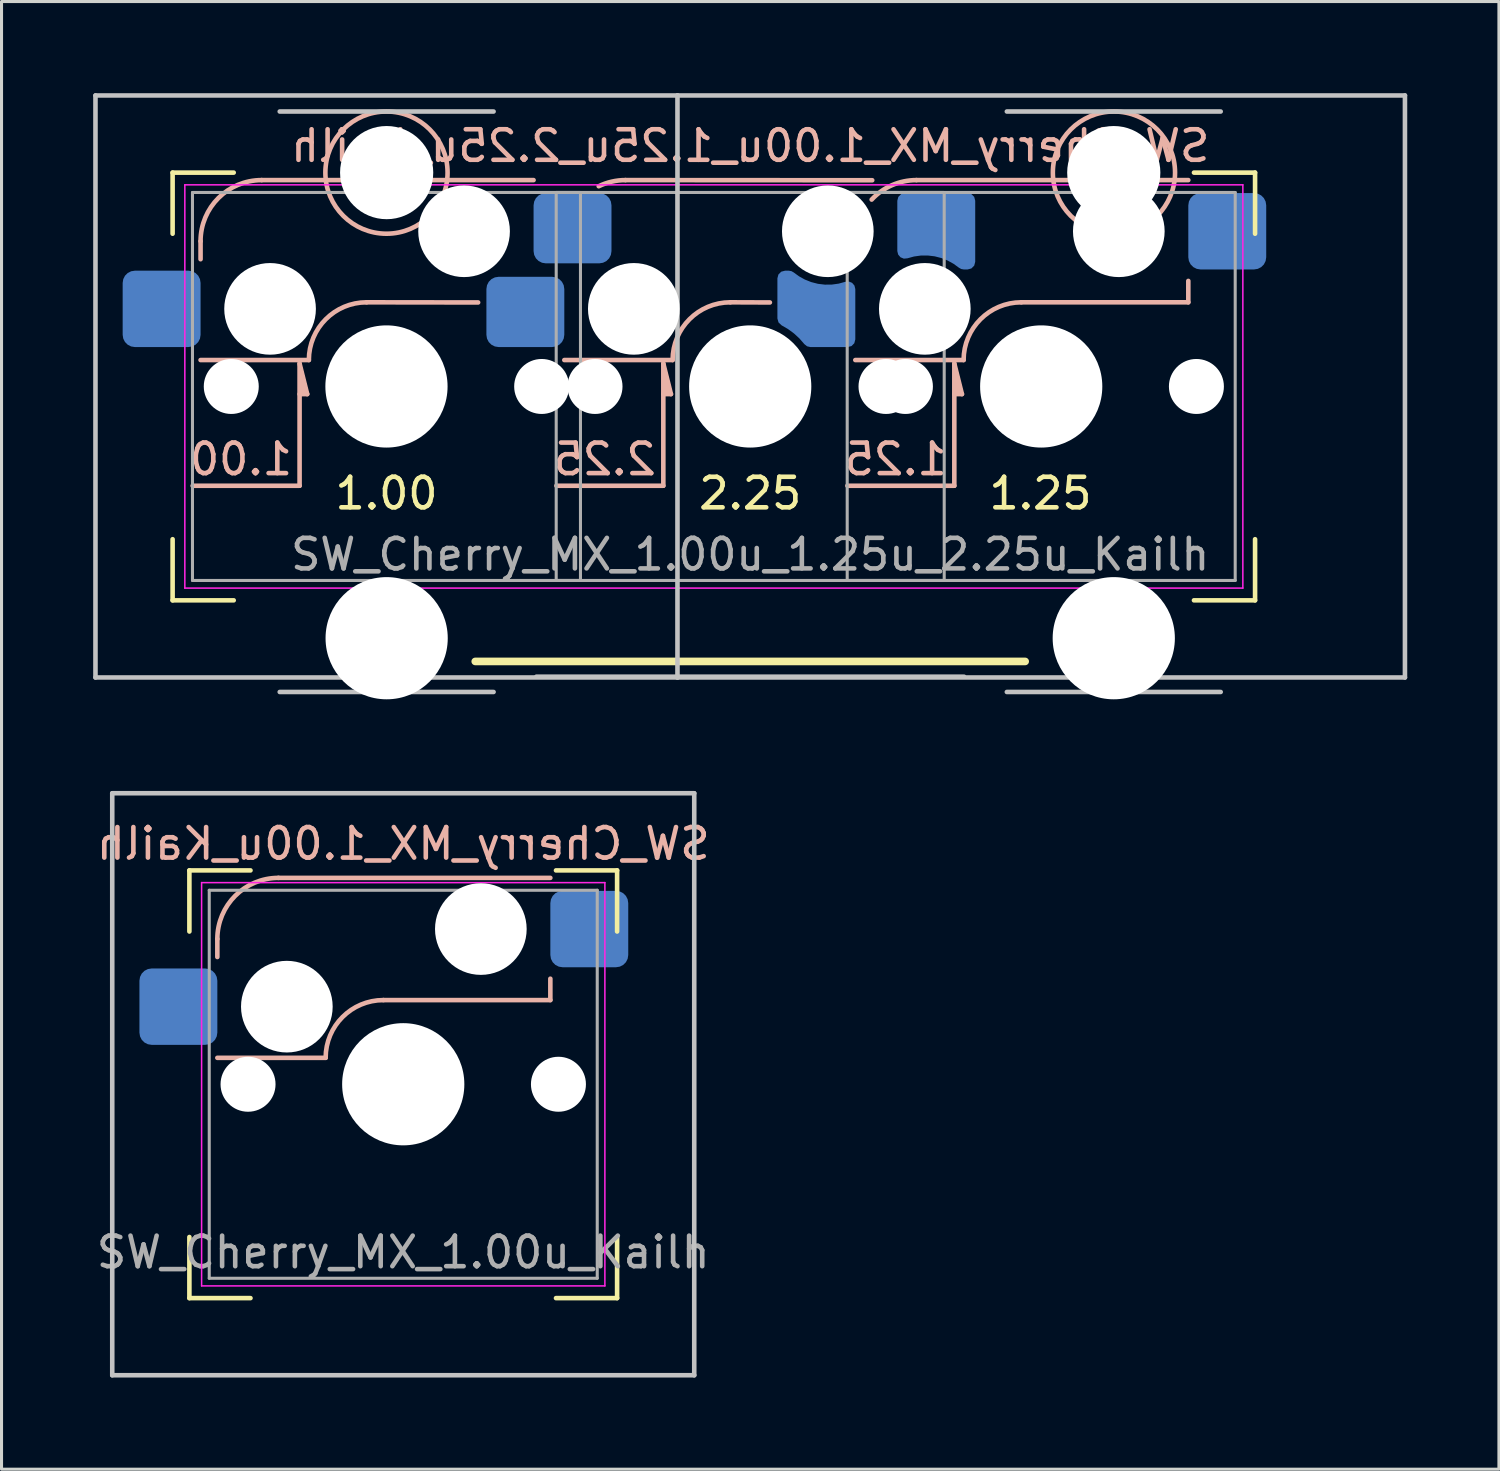
<source format=kicad_pcb>
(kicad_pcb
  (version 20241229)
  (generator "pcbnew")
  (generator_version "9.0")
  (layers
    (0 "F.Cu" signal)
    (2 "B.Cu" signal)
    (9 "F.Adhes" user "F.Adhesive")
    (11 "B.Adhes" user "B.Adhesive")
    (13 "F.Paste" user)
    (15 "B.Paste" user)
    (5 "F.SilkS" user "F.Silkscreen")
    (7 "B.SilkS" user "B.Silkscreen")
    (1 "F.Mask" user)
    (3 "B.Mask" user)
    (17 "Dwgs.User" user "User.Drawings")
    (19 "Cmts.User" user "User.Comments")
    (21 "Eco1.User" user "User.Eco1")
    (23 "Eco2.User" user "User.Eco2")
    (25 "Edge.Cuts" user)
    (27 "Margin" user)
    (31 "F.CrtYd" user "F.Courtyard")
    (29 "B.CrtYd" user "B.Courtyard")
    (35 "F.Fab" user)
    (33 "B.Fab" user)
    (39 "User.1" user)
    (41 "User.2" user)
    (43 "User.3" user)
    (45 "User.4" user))
  (footprint "SW_Cherry_MX_1.00u_1.25u_2.25u_Kailh"
    (layer "F.Cu")
    (at 21.506 9.6)
    (property "Reference" "SW_Cherry_MX_1.00u_1.25u_2.25u_Kailh" (at 0 -7.874 0) (layer "B.SilkS") (effects (font (size 1 1) (thickness 0.15)) (justify mirror)))
    (attr through_hole)
    (fp_line (start -18.906 -7) (end -18.906 -5) (stroke (width 0.15) (type solid)) (layer "F.SilkS"))
    (fp_line (start -18.906 5) (end -18.906 7) (stroke (width 0.15) (type solid)) (layer "F.SilkS"))
    (fp_line (start -18.906 7) (end -16.906 7) (stroke (width 0.15) (type solid)) (layer "F.SilkS"))
    (fp_line (start -16.906 -7) (end -18.906 -7) (stroke (width 0.15) (type solid)) (layer "F.SilkS"))
    (fp_line (start 9 9) (end -9 9) (stroke (width 0.25) (type solid)) (layer "F.SilkS"))
    (fp_line (start 14.525 7) (end 16.525 7) (stroke (width 0.15) (type solid)) (layer "F.SilkS"))
    (fp_line (start 16.525 -7) (end 14.525 -7) (stroke (width 0.15) (type solid)) (layer "F.SilkS"))
    (fp_line (start 16.525 -5) (end 16.525 -7) (stroke (width 0.15) (type solid)) (layer "F.SilkS"))
    (fp_line (start 16.525 7) (end 16.525 5) (stroke (width 0.15) (type solid)) (layer "F.SilkS"))
    (fp_line (start -18.25 3.25) (end -14.75 3.25) (stroke (width 0.15) (type solid)) (layer "B.SilkS"))
    (fp_line (start -17.991 -4.165) (end -17.991 -4.755) (stroke (width 0.15) (type solid)) (layer "B.SilkS"))
    (fp_line (start -15.991 -6.755) (end -7.091 -6.755) (stroke (width 0.15) (type solid)) (layer "B.SilkS"))
    (fp_line (start -14.75 -0.75) (end -14.5 0.25) (stroke (width 0.15) (type solid)) (layer "B.SilkS"))
    (fp_line (start -14.75 3.25) (end -14.75 -0.75) (stroke (width 0.15) (type solid)) (layer "B.SilkS"))
    (fp_line (start -14.5 0.25) (end -14.75 0.25) (stroke (width 0.15) (type solid)) (layer "B.SilkS"))
    (fp_line (start -14.446 -0.865) (end -17.991 -0.865) (stroke (width 0.15) (type solid)) (layer "B.SilkS"))
    (fp_line (start -12.556 -2.755) (end -8.906 -2.75) (stroke (width 0.15) (type solid)) (layer "B.SilkS"))
    (fp_line (start -6.344 3.25) (end -2.844 3.25) (stroke (width 0.15) (type solid)) (layer "B.SilkS"))
    (fp_line (start -4.085 -6.755) (end 3.994 -6.75) (stroke (width 0.15) (type solid)) (layer "B.SilkS"))
    (fp_line (start -2.844 -0.75) (end -2.594 0.25) (stroke (width 0.15) (type solid)) (layer "B.SilkS"))
    (fp_line (start -2.844 3.25) (end -2.844 -0.75) (stroke (width 0.15) (type solid)) (layer "B.SilkS"))
    (fp_line (start -2.594 0.25) (end -2.844 0.25) (stroke (width 0.15) (type solid)) (layer "B.SilkS"))
    (fp_line (start -2.54 -0.865) (end -6.085 -0.865) (stroke (width 0.15) (type solid)) (layer "B.SilkS"))
    (fp_line (start -0.65 -2.755) (end 0.644 -2.75) (stroke (width 0.15) (type solid)) (layer "B.SilkS"))
    (fp_line (start 3.181 3.25) (end 6.681 3.25) (stroke (width 0.15) (type solid)) (layer "B.SilkS"))
    (fp_line (start 5.44 -6.755) (end 14.34 -6.755) (stroke (width 0.15) (type solid)) (layer "B.SilkS"))
    (fp_line (start 6.681 -0.75) (end 6.931 0.25) (stroke (width 0.15) (type solid)) (layer "B.SilkS"))
    (fp_line (start 6.681 3.25) (end 6.681 -0.75) (stroke (width 0.15) (type solid)) (layer "B.SilkS"))
    (fp_line (start 6.931 0.25) (end 6.681 0.25) (stroke (width 0.15) (type solid)) (layer "B.SilkS"))
    (fp_line (start 6.985 -0.865) (end 3.44 -0.865) (stroke (width 0.15) (type solid)) (layer "B.SilkS"))
    (fp_line (start 8.875 -2.755) (end 14.34 -2.755) (stroke (width 0.15) (type solid)) (layer "B.SilkS"))
    (fp_line (start 14.34 -2.755) (end 14.34 -3.455) (stroke (width 0.15) (type solid)) (layer "B.SilkS"))
    (fp_arc (start -17.99125 -4.755) (mid -17.405464 -6.169214) (end -15.99125 -6.755) (stroke (width 0.15) (type solid)) (layer "B.SilkS"))
    (fp_arc (start -14.44625 -0.865) (mid -13.892682 -2.201432) (end -12.55625 -2.755) (stroke (width 0.15) (type solid)) (layer "B.SilkS"))
    (fp_arc (start -4.958315 -6.554255) (mid -4.533045 -6.704167) (end -4.085 -6.755) (stroke (width 0.15) (type solid)) (layer "B.SilkS"))
    (fp_arc (start -2.54 -0.865) (mid -1.986432 -2.201432) (end -0.65 -2.755) (stroke (width 0.15) (type solid)) (layer "B.SilkS"))
    (fp_arc (start 3.97545 -6.117018) (mid 4.641262 -6.588581) (end 5.44 -6.755) (stroke (width 0.15) (type solid)) (layer "B.SilkS"))
    (fp_arc (start 6.985 -0.865) (mid 7.538568 -2.201432) (end 8.875 -2.755) (stroke (width 0.15) (type solid)) (layer "B.SilkS"))
    (fp_circle (center -11.906 -7) (end -9.906 -7) (stroke (width 0.15) (type solid)) (fill no) (layer "B.SilkS"))
    (fp_circle (center 11.906 -7) (end 13.906 -7) (stroke (width 0.15) (type solid)) (fill no) (layer "B.SilkS"))
    (fp_poly (pts (xy -14.5 0.25) (xy -14.75 0.25) (xy -14.75 -0.75)) (stroke (width 0.1) (type solid)) (fill yes) (layer "B.SilkS"))
    (fp_poly (pts (xy -2.594 0.25) (xy -2.844 0.25) (xy -2.844 -0.75)) (stroke (width 0.1) (type solid)) (fill yes) (layer "B.SilkS"))
    (fp_poly (pts (xy 6.931 0.25) (xy 6.681 0.25) (xy 6.681 -0.75)) (stroke (width 0.1) (type solid)) (fill yes) (layer "B.SilkS"))
    (fp_line (start -21.431 -9.525) (end -2.381 -9.525) (stroke (width 0.15) (type solid)) (layer "Dwgs.User"))
    (fp_line (start -21.431 9.525) (end -21.431 -9.525) (stroke (width 0.15) (type solid)) (layer "Dwgs.User"))
    (fp_line (start -8.4 -9) (end -15.4 -9) (stroke (width 0.15) (type solid)) (layer "Dwgs.User"))
    (fp_line (start -8.4 10) (end -15.4 10) (stroke (width 0.15) (type solid)) (layer "Dwgs.User"))
    (fp_line (start -7 9.5) (end 7 9.5) (stroke (width 0.15) (type solid)) (layer "Dwgs.User"))
    (fp_line (start -2.381 -9.525) (end -2.381 9.525) (stroke (width 0.15) (type solid)) (layer "Dwgs.User"))
    (fp_line (start -2.381 -9.525) (end 21.431 -9.525) (stroke (width 0.15) (type solid)) (layer "Dwgs.User"))
    (fp_line (start -2.381 9.525) (end -21.431 9.525) (stroke (width 0.15) (type solid)) (layer "Dwgs.User"))
    (fp_line (start 15.4 -9) (end 8.4 -9) (stroke (width 0.15) (type solid)) (layer "Dwgs.User"))
    (fp_line (start 15.4 10) (end 8.4 10) (stroke (width 0.15) (type solid)) (layer "Dwgs.User"))
    (fp_line (start 21.431 -9.525) (end 21.431 9.525) (stroke (width 0.15) (type solid)) (layer "Dwgs.User"))
    (fp_line (start 21.431 9.525) (end -2.381 9.525) (stroke (width 0.15) (type solid)) (layer "Dwgs.User"))
    (fp_line (start -18.506 -6.6) (end 16.125 -6.6) (stroke (width 0.05) (type solid)) (layer "F.CrtYd"))
    (fp_line (start -18.506 6.6) (end -18.506 -6.6) (stroke (width 0.05) (type solid)) (layer "F.CrtYd"))
    (fp_line (start 16.125 -6.6) (end 16.125 6.6) (stroke (width 0.05) (type solid)) (layer "F.CrtYd"))
    (fp_line (start 16.125 6.6) (end -18.506 6.6) (stroke (width 0.05) (type solid)) (layer "F.CrtYd"))
    (fp_line (start -18.256 -6.35) (end -5.556 -6.35) (stroke (width 0.1) (type solid)) (layer "F.Fab"))
    (fp_line (start -18.256 6.35) (end -18.256 -6.35) (stroke (width 0.1) (type solid)) (layer "F.Fab"))
    (fp_line (start -6.35 -6.35) (end 6.35 -6.35) (stroke (width 0.1) (type solid)) (layer "F.Fab"))
    (fp_line (start -6.35 6.35) (end -6.35 -6.35) (stroke (width 0.1) (type solid)) (layer "F.Fab"))
    (fp_line (start -5.556 -6.35) (end -5.556 6.35) (stroke (width 0.1) (type solid)) (layer "F.Fab"))
    (fp_line (start -5.556 6.35) (end -18.256 6.35) (stroke (width 0.1) (type solid)) (layer "F.Fab"))
    (fp_line (start 3.175 -6.35) (end 15.875 -6.35) (stroke (width 0.1) (type solid)) (layer "F.Fab"))
    (fp_line (start 3.175 6.35) (end 3.175 -6.35) (stroke (width 0.1) (type solid)) (layer "F.Fab"))
    (fp_line (start 6.35 -6.35) (end 6.35 6.35) (stroke (width 0.1) (type solid)) (layer "F.Fab"))
    (fp_line (start 6.35 6.35) (end -6.35 6.35) (stroke (width 0.1) (type solid)) (layer "F.Fab"))
    (fp_line (start 15.875 -6.35) (end 15.875 6.35) (stroke (width 0.1) (type solid)) (layer "F.Fab"))
    (fp_line (start 15.875 6.35) (end 3.175 6.35) (stroke (width 0.1) (type solid)) (layer "F.Fab"))
    (fp_text user "1.00" (at -11.906 3.5 0) (layer "F.SilkS") (effects (font (size 1 1) (thickness 0.15))))
    (fp_text user "1.25" (at 9.5 3.5 0) (layer "F.SilkS") (effects (font (size 1 1) (thickness 0.15))))
    (fp_text user "2.25" (at 0 3.5 0) (layer "F.SilkS") (effects (font (size 1 1) (thickness 0.15))))
    (fp_text user "2.25" (at -4.763 2.381 0) (layer "B.SilkS") (effects (font (size 1 1) (thickness 0.15)) (justify mirror)))
    (fp_text user "1.00" (at -16.669 2.381 0) (layer "B.SilkS") (effects (font (size 1 1) (thickness 0.15)) (justify mirror)))
    (fp_text user "1.25" (at 4.763 2.381 0) (layer "B.SilkS") (effects (font (size 1 1) (thickness 0.15)) (justify mirror)))
    (fp_text user "${REFERENCE}" (at 0 5.5 0) (layer "F.Fab") (effects (font (size 1 1) (thickness 0.15))))
    (pad "" np_thru_hole circle (at -16.986 0) (size 1.8 1.8) (drill 1.8) (layers "*.Cu" "*.Mask"))
    (pad "" np_thru_hole circle (at -15.716 -2.54) (size 3 3) (drill 3) (layers "*.Cu" "*.Mask"))
    (pad "" np_thru_hole circle (at -11.906 0) (size 4 4) (drill 4) (layers "*.Cu" "*.Mask"))
    (pad "" np_thru_hole circle (at -11.9 -7 180) (size 3.05 3.05) (drill 3.05) (layers "*.Cu" "*.Mask"))
    (pad "" np_thru_hole circle (at -11.9 8.24 180) (size 4 4) (drill 4) (layers "*.Cu" "*.Mask"))
    (pad "" np_thru_hole circle (at -9.366 -5.08) (size 3 3) (drill 3) (layers "*.Cu" "*.Mask"))
    (pad "" np_thru_hole circle (at -6.826 0) (size 1.8 1.8) (drill 1.8) (layers "*.Cu" "*.Mask"))
    (pad "" np_thru_hole circle (at -5.08 0) (size 1.8 1.8) (drill 1.8) (layers "*.Cu" "*.Mask"))
    (pad "" np_thru_hole circle (at -3.81 -2.54) (size 3 3) (drill 3) (layers "*.Cu" "*.Mask"))
    (pad "" np_thru_hole circle (at 0 0) (size 4 4) (drill 4) (layers "*.Cu" "*.Mask"))
    (pad "" np_thru_hole circle (at 2.54 -5.08) (size 3 3) (drill 3) (layers "*.Cu" "*.Mask"))
    (pad "" np_thru_hole circle (at 4.445 0) (size 1.8 1.8) (drill 1.8) (layers "*.Cu" "*.Mask"))
    (pad "" np_thru_hole circle (at 5.08 0) (size 1.8 1.8) (drill 1.8) (layers "*.Cu" "*.Mask"))
    (pad "" np_thru_hole circle (at 5.715 -2.54) (size 3 3) (drill 3) (layers "*.Cu" "*.Mask"))
    (pad "" np_thru_hole circle (at 9.525 0) (size 4 4) (drill 4) (layers "*.Cu" "*.Mask"))
    (pad "" np_thru_hole circle (at 11.9 -7 180) (size 3.05 3.05) (drill 3.05) (layers "*.Cu" "*.Mask"))
    (pad "" np_thru_hole circle (at 11.9 8.24 180) (size 4 4) (drill 4) (layers "*.Cu" "*.Mask"))
    (pad "" np_thru_hole circle (at 12.065 -5.08) (size 3 3) (drill 3) (layers "*.Cu" "*.Mask"))
    (pad "" np_thru_hole circle (at 14.605 0) (size 1.8 1.8) (drill 1.8) (layers "*.Cu" "*.Mask"))
    (pad "1" smd roundrect (at -19.266 -2.54) (size 2.55 2.5) (layers "B.Cu" "B.Mask" "B.Paste") (roundrect_rratio 0.16))
    (pad "1" smd custom (at 6.09 -5.08) (size 1.5 1.5) (layers "B.Cu" "B.Mask" "B.Paste") (options (anchor rect)) (primitives (gr_poly (pts (xy -1.275 0.649) (xy -1.247 0.763) (xy -1.17 0.852) (xy -1.061 0.896) (xy -0.944 0.885) (xy -0.73 0.826) (xy -0.507 0.795) (xy -0.279 0.793) (xy -0.052 0.82) (xy 0.169 0.877) (xy 0.377 0.96) (xy 0.569 1.067) (xy 0.742 1.193) (xy 0.816 1.235) (xy 0.901 1.25) (xy 1.025 1.25) (xy 1.15 1.217) (xy 1.242 1.125) (xy 1.275 1) (xy 1.275 -1) (xy 1.242 -1.125) (xy 1.15 -1.217) (xy 1.025 -1.25) (xy -1.025 -1.25) (xy -1.15 -1.217) (xy -1.242 -1.125) (xy -1.275 -1)) (width 0) (fill yes))))
    (pad "2" smd roundrect (at -7.36 -2.44) (size 2.55 2.3) (layers "B.Cu" "B.Mask" "B.Paste") (roundrect_rratio 0.174))
    (pad "2" smd roundrect (at -5.816 -5.18) (size 2.55 2.3) (layers "B.Cu" "B.Mask" "B.Paste") (roundrect_rratio 0.174))
    (pad "3" smd custom (at 2.165 -2.54) (size 1.5 1.5) (layers "B.Cu" "B.Mask" "B.Paste") (options (anchor rect)) (primitives (gr_poly (pts (xy -1.275 0.315) (xy -1.238 0.445) (xy -1.139 0.538) (xy -0.929 0.66) (xy -0.732 0.805) (xy -0.552 0.971) (xy -0.393 1.154) (xy -0.305 1.225) (xy -0.196 1.25) (xy 1.025 1.25) (xy 1.15 1.217) (xy 1.242 1.125) (xy 1.275 1) (xy 1.275 -0.649) (xy 1.247 -0.763) (xy 1.17 -0.852) (xy 1.061 -0.896) (xy 0.944 -0.885) (xy 0.73 -0.826) (xy 0.507 -0.795) (xy 0.279 -0.793) (xy 0.052 -0.82) (xy -0.169 -0.877) (xy -0.377 -0.96) (xy -0.569 -1.067) (xy -0.742 -1.193) (xy -0.816 -1.235) (xy -0.901 -1.25) (xy -1.025 -1.25) (xy -1.15 -1.217) (xy -1.242 -1.125) (xy -1.275 -1)) (width 0) (fill yes))))
    (pad "4" smd roundrect (at 15.615 -5.08) (size 2.55 2.5) (layers "B.Cu" "B.Mask" "B.Paste") (roundrect_rratio 0.16)))
  (footprint "SW_Cherry_MX_1.00u_Kailh"
    (layer "F.Cu")
    (at 10.149 32.44)
    (property "Reference" "SW_Cherry_MX_1.00u_Kailh" (at 0 -7.874 0) (layer "B.SilkS") (effects (font (size 1 1) (thickness 0.15)) (justify mirror)))
    (attr through_hole)
    (fp_line (start -7 -7) (end -7 -5) (stroke (width 0.15) (type solid)) (layer "F.SilkS"))
    (fp_line (start -7 5) (end -7 7) (stroke (width 0.15) (type solid)) (layer "F.SilkS"))
    (fp_line (start -7 7) (end -5 7) (stroke (width 0.15) (type solid)) (layer "F.SilkS"))
    (fp_line (start -5 -7) (end -7 -7) (stroke (width 0.15) (type solid)) (layer "F.SilkS"))
    (fp_line (start 5 7) (end 7 7) (stroke (width 0.15) (type solid)) (layer "F.SilkS"))
    (fp_line (start 7 -7) (end 5 -7) (stroke (width 0.15) (type solid)) (layer "F.SilkS"))
    (fp_line (start 7 -5) (end 7 -7) (stroke (width 0.15) (type solid)) (layer "F.SilkS"))
    (fp_line (start 7 7) (end 7 5) (stroke (width 0.15) (type solid)) (layer "F.SilkS"))
    (fp_line (start -6.085 -4.165) (end -6.085 -4.755) (stroke (width 0.15) (type solid)) (layer "B.SilkS"))
    (fp_line (start -4.085 -6.755) (end 4.815 -6.755) (stroke (width 0.15) (type solid)) (layer "B.SilkS"))
    (fp_line (start -2.54 -0.865) (end -6.085 -0.865) (stroke (width 0.15) (type solid)) (layer "B.SilkS"))
    (fp_line (start -0.65 -2.755) (end 4.815 -2.755) (stroke (width 0.15) (type solid)) (layer "B.SilkS"))
    (fp_line (start 4.815 -2.755) (end 4.815 -3.455) (stroke (width 0.15) (type solid)) (layer "B.SilkS"))
    (fp_arc (start -6.085 -4.755) (mid -5.499214 -6.169214) (end -4.085 -6.755) (stroke (width 0.15) (type solid)) (layer "B.SilkS"))
    (fp_arc (start -2.54 -0.865) (mid -1.986432 -2.201432) (end -0.65 -2.755) (stroke (width 0.15) (type solid)) (layer "B.SilkS"))
    (fp_line (start -9.525 -9.525) (end 9.525 -9.525) (stroke (width 0.15) (type solid)) (layer "Dwgs.User"))
    (fp_line (start -9.525 9.525) (end -9.525 -9.525) (stroke (width 0.15) (type solid)) (layer "Dwgs.User"))
    (fp_line (start 9.525 -9.525) (end 9.525 9.525) (stroke (width 0.15) (type solid)) (layer "Dwgs.User"))
    (fp_line (start 9.525 9.525) (end -9.525 9.525) (stroke (width 0.15) (type solid)) (layer "Dwgs.User"))
    (fp_line (start -6.6 -6.6) (end 6.6 -6.6) (stroke (width 0.05) (type solid)) (layer "F.CrtYd"))
    (fp_line (start -6.6 6.6) (end -6.6 -6.6) (stroke (width 0.05) (type solid)) (layer "F.CrtYd"))
    (fp_line (start 6.6 -6.6) (end 6.6 6.6) (stroke (width 0.05) (type solid)) (layer "F.CrtYd"))
    (fp_line (start 6.6 6.6) (end -6.6 6.6) (stroke (width 0.05) (type solid)) (layer "F.CrtYd"))
    (fp_line (start -6.35 -6.35) (end 6.35 -6.35) (stroke (width 0.1) (type solid)) (layer "F.Fab"))
    (fp_line (start -6.35 6.35) (end -6.35 -6.35) (stroke (width 0.1) (type solid)) (layer "F.Fab"))
    (fp_line (start 6.35 -6.35) (end 6.35 6.35) (stroke (width 0.1) (type solid)) (layer "F.Fab"))
    (fp_line (start 6.35 6.35) (end -6.35 6.35) (stroke (width 0.1) (type solid)) (layer "F.Fab"))
    (fp_text user "${REFERENCE}" (at 0 5.5 0) (layer "F.Fab") (effects (font (size 1 1) (thickness 0.15))))
    (pad "" np_thru_hole circle (at -5.08 0) (size 1.8 1.8) (drill 1.8) (layers "*.Cu" "*.Mask"))
    (pad "" np_thru_hole circle (at -3.81 -2.54) (size 3 3) (drill 3) (layers "*.Cu" "*.Mask"))
    (pad "" np_thru_hole circle (at 0 0) (size 4 4) (drill 4) (layers "*.Cu" "*.Mask"))
    (pad "" np_thru_hole circle (at 2.54 -5.08) (size 3 3) (drill 3) (layers "*.Cu" "*.Mask"))
    (pad "" np_thru_hole circle (at 5.08 0) (size 1.8 1.8) (drill 1.8) (layers "*.Cu" "*.Mask"))
    (pad "1" smd roundrect (at -7.36 -2.54) (size 2.55 2.5) (layers "B.Cu" "B.Mask" "B.Paste") (roundrect_rratio 0.16))
    (pad "2" smd roundrect (at 6.09 -5.08) (size 2.55 2.5) (layers "B.Cu" "B.Mask" "B.Paste") (roundrect_rratio 0.16)))
  (gr_rect
    (start -3 -3)
    (end 46.013 45.04)
    (stroke (width 0.1) (type default))
    (fill no)
    (layer "Edge.Cuts")))
</source>
